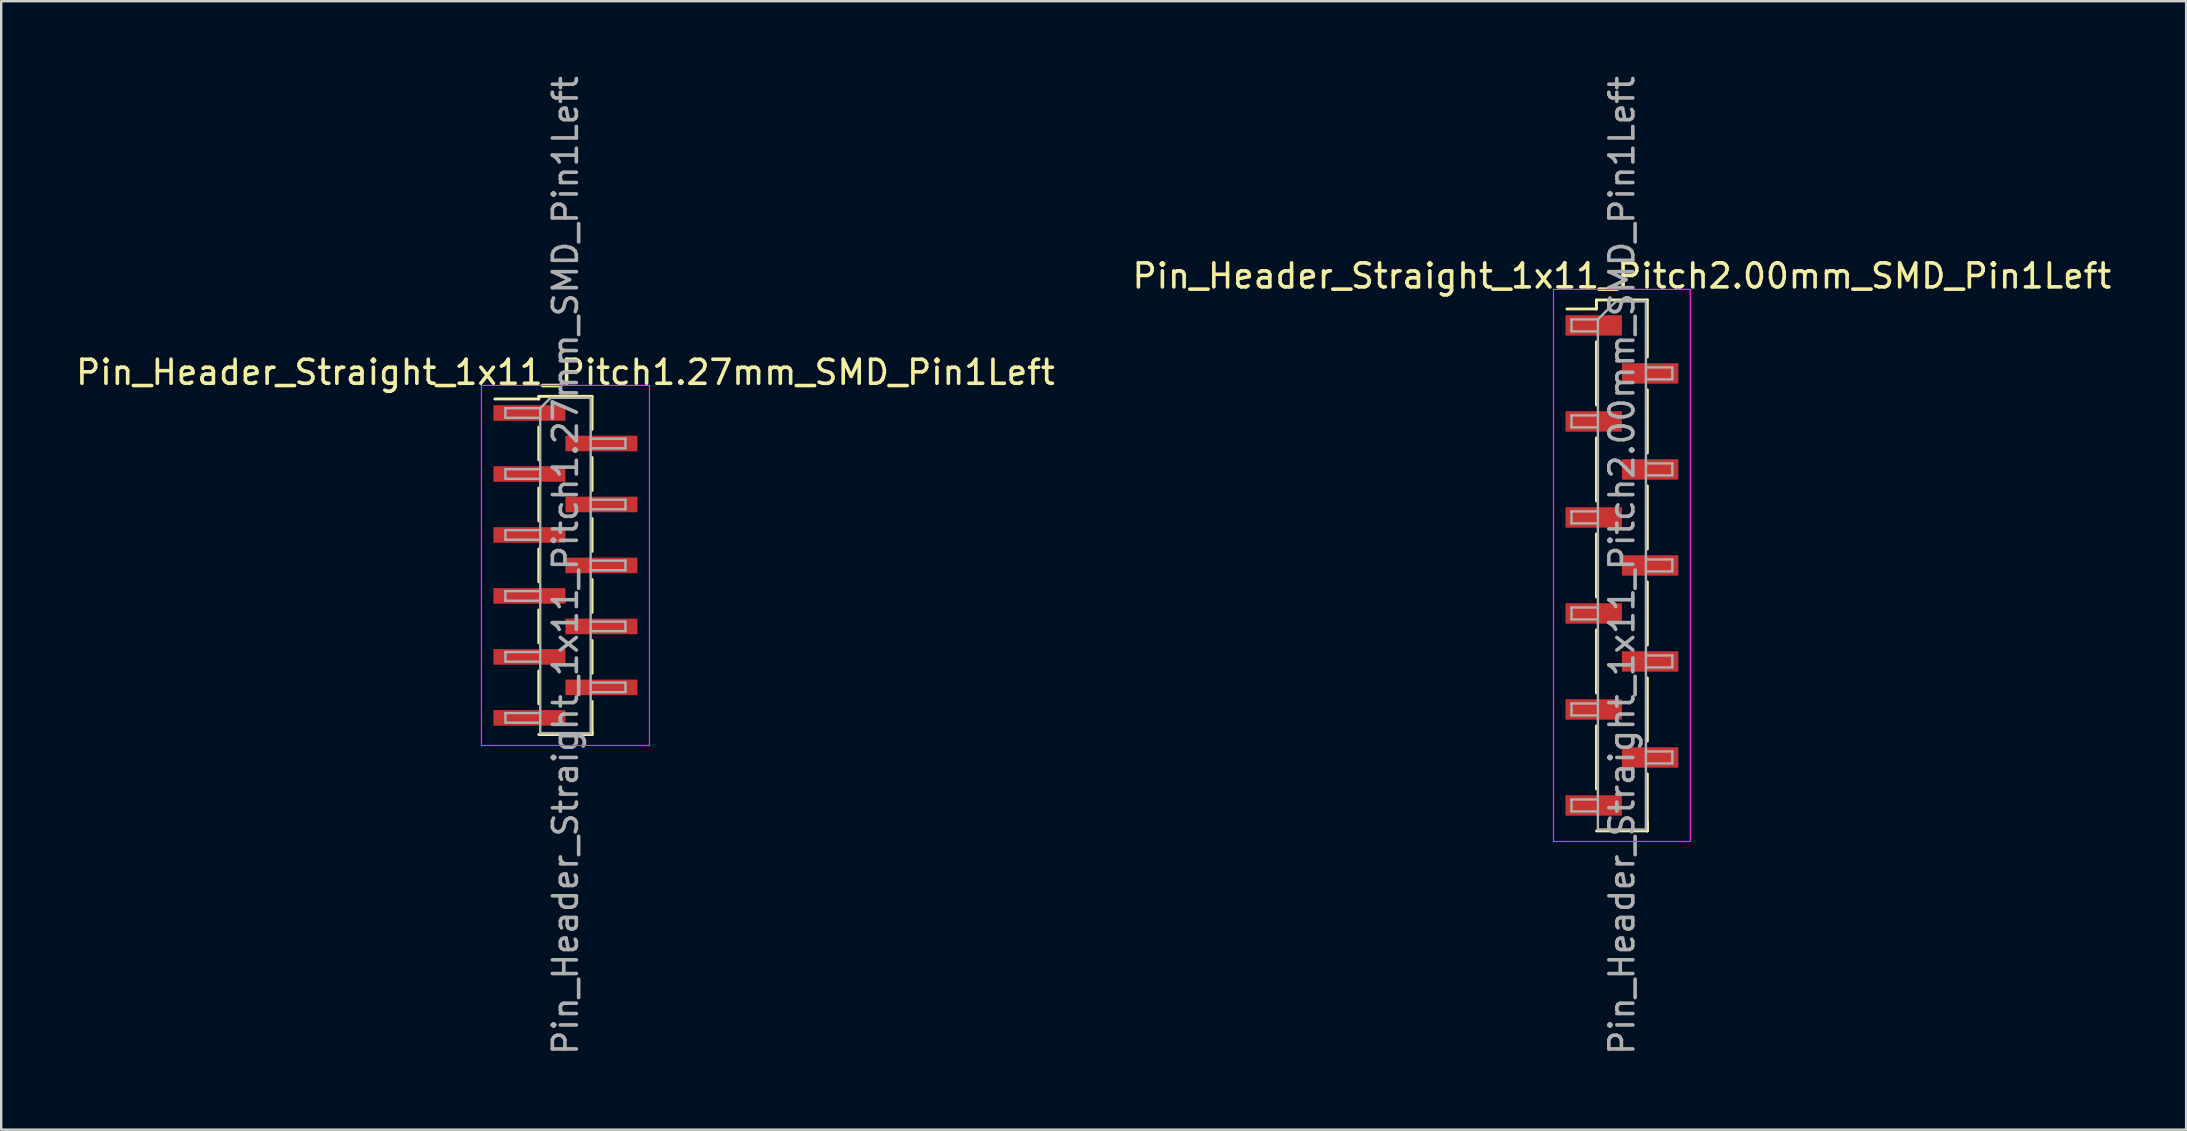
<source format=kicad_pcb>
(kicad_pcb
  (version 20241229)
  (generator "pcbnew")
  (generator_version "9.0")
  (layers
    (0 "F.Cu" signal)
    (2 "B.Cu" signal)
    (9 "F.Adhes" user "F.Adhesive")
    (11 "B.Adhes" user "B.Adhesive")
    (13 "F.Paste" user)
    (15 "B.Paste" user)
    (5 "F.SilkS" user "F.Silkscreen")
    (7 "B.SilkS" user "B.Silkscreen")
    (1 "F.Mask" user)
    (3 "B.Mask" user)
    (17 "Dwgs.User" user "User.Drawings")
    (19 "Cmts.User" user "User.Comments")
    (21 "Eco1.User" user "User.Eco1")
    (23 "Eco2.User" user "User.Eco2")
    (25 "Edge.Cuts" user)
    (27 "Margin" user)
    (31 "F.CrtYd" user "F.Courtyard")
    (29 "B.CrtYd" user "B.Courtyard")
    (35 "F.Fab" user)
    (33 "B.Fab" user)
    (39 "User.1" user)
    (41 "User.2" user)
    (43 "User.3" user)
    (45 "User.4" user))
  (footprint "Pin_Header_Straight_1x11_Pitch2.00mm_SMD_Pin1Left"
    (layer "F.Cu")
    (at 64.518 20.506)
    (property "Reference" "Pin_Header_Straight_1x11_Pitch2.00mm_SMD_Pin1Left" (at 0 -12.06 0) (layer "F.SilkS") (effects (font (size 1 1) (thickness 0.15))))
    (attr smd)
    (fp_line (start -1.06 -11.06) (end -1.06 -10.685) (stroke (width 0.12) (type solid)) (layer "F.SilkS"))
    (fp_line (start -1.06 -11.06) (end 1.06 -11.06) (stroke (width 0.12) (type solid)) (layer "F.SilkS"))
    (fp_line (start -1.06 -10.685) (end -2.29 -10.685) (stroke (width 0.12) (type solid)) (layer "F.SilkS"))
    (fp_line (start -1.06 -9.315) (end -1.06 -6.685) (stroke (width 0.12) (type solid)) (layer "F.SilkS"))
    (fp_line (start -1.06 -5.315) (end -1.06 -2.685) (stroke (width 0.12) (type solid)) (layer "F.SilkS"))
    (fp_line (start -1.06 -1.315) (end -1.06 1.315) (stroke (width 0.12) (type solid)) (layer "F.SilkS"))
    (fp_line (start -1.06 2.685) (end -1.06 5.315) (stroke (width 0.12) (type solid)) (layer "F.SilkS"))
    (fp_line (start -1.06 6.685) (end -1.06 9.315) (stroke (width 0.12) (type solid)) (layer "F.SilkS"))
    (fp_line (start -1.06 11.06) (end 1.06 11.06) (stroke (width 0.12) (type solid)) (layer "F.SilkS"))
    (fp_line (start 1.06 -11.06) (end 1.06 -8.685) (stroke (width 0.12) (type solid)) (layer "F.SilkS"))
    (fp_line (start 1.06 -7.315) (end 1.06 -4.685) (stroke (width 0.12) (type solid)) (layer "F.SilkS"))
    (fp_line (start 1.06 -3.315) (end 1.06 -0.685) (stroke (width 0.12) (type solid)) (layer "F.SilkS"))
    (fp_line (start 1.06 0.685) (end 1.06 3.315) (stroke (width 0.12) (type solid)) (layer "F.SilkS"))
    (fp_line (start 1.06 4.685) (end 1.06 7.315) (stroke (width 0.12) (type solid)) (layer "F.SilkS"))
    (fp_line (start 1.06 8.685) (end 1.06 11.06) (stroke (width 0.12) (type solid)) (layer "F.SilkS"))
    (fp_line (start 1.06 10.685) (end 1.06 11.06) (stroke (width 0.12) (type solid)) (layer "F.SilkS"))
    (fp_line (start -2.85 -11.5) (end -2.85 11.5) (stroke (width 0.05) (type solid)) (layer "F.CrtYd"))
    (fp_line (start -2.85 11.5) (end 2.85 11.5) (stroke (width 0.05) (type solid)) (layer "F.CrtYd"))
    (fp_line (start 2.85 -11.5) (end -2.85 -11.5) (stroke (width 0.05) (type solid)) (layer "F.CrtYd"))
    (fp_line (start 2.85 11.5) (end 2.85 -11.5) (stroke (width 0.05) (type solid)) (layer "F.CrtYd"))
    (fp_line (start -2.1 -10.25) (end -2.1 -9.75) (stroke (width 0.1) (type solid)) (layer "F.Fab"))
    (fp_line (start -2.1 -9.75) (end -1 -9.75) (stroke (width 0.1) (type solid)) (layer "F.Fab"))
    (fp_line (start -2.1 -6.25) (end -2.1 -5.75) (stroke (width 0.1) (type solid)) (layer "F.Fab"))
    (fp_line (start -2.1 -5.75) (end -1 -5.75) (stroke (width 0.1) (type solid)) (layer "F.Fab"))
    (fp_line (start -2.1 -2.25) (end -2.1 -1.75) (stroke (width 0.1) (type solid)) (layer "F.Fab"))
    (fp_line (start -2.1 -1.75) (end -1 -1.75) (stroke (width 0.1) (type solid)) (layer "F.Fab"))
    (fp_line (start -2.1 1.75) (end -2.1 2.25) (stroke (width 0.1) (type solid)) (layer "F.Fab"))
    (fp_line (start -2.1 2.25) (end -1 2.25) (stroke (width 0.1) (type solid)) (layer "F.Fab"))
    (fp_line (start -2.1 5.75) (end -2.1 6.25) (stroke (width 0.1) (type solid)) (layer "F.Fab"))
    (fp_line (start -2.1 6.25) (end -1 6.25) (stroke (width 0.1) (type solid)) (layer "F.Fab"))
    (fp_line (start -2.1 9.75) (end -2.1 10.25) (stroke (width 0.1) (type solid)) (layer "F.Fab"))
    (fp_line (start -2.1 10.25) (end -1 10.25) (stroke (width 0.1) (type solid)) (layer "F.Fab"))
    (fp_line (start -1 -10.25) (end -2.1 -10.25) (stroke (width 0.1) (type solid)) (layer "F.Fab"))
    (fp_line (start -1 -10.25) (end -0.25 -11) (stroke (width 0.1) (type solid)) (layer "F.Fab"))
    (fp_line (start -1 -6.25) (end -2.1 -6.25) (stroke (width 0.1) (type solid)) (layer "F.Fab"))
    (fp_line (start -1 -2.25) (end -2.1 -2.25) (stroke (width 0.1) (type solid)) (layer "F.Fab"))
    (fp_line (start -1 1.75) (end -2.1 1.75) (stroke (width 0.1) (type solid)) (layer "F.Fab"))
    (fp_line (start -1 5.75) (end -2.1 5.75) (stroke (width 0.1) (type solid)) (layer "F.Fab"))
    (fp_line (start -1 9.75) (end -2.1 9.75) (stroke (width 0.1) (type solid)) (layer "F.Fab"))
    (fp_line (start -1 11) (end -1 -10.25) (stroke (width 0.1) (type solid)) (layer "F.Fab"))
    (fp_line (start -0.25 -11) (end 1 -11) (stroke (width 0.1) (type solid)) (layer "F.Fab"))
    (fp_line (start 1 -11) (end 1 11) (stroke (width 0.1) (type solid)) (layer "F.Fab"))
    (fp_line (start 1 -8.25) (end 2.1 -8.25) (stroke (width 0.1) (type solid)) (layer "F.Fab"))
    (fp_line (start 1 -4.25) (end 2.1 -4.25) (stroke (width 0.1) (type solid)) (layer "F.Fab"))
    (fp_line (start 1 -0.25) (end 2.1 -0.25) (stroke (width 0.1) (type solid)) (layer "F.Fab"))
    (fp_line (start 1 3.75) (end 2.1 3.75) (stroke (width 0.1) (type solid)) (layer "F.Fab"))
    (fp_line (start 1 7.75) (end 2.1 7.75) (stroke (width 0.1) (type solid)) (layer "F.Fab"))
    (fp_line (start 1 11) (end -1 11) (stroke (width 0.1) (type solid)) (layer "F.Fab"))
    (fp_line (start 2.1 -8.25) (end 2.1 -7.75) (stroke (width 0.1) (type solid)) (layer "F.Fab"))
    (fp_line (start 2.1 -7.75) (end 1 -7.75) (stroke (width 0.1) (type solid)) (layer "F.Fab"))
    (fp_line (start 2.1 -4.25) (end 2.1 -3.75) (stroke (width 0.1) (type solid)) (layer "F.Fab"))
    (fp_line (start 2.1 -3.75) (end 1 -3.75) (stroke (width 0.1) (type solid)) (layer "F.Fab"))
    (fp_line (start 2.1 -0.25) (end 2.1 0.25) (stroke (width 0.1) (type solid)) (layer "F.Fab"))
    (fp_line (start 2.1 0.25) (end 1 0.25) (stroke (width 0.1) (type solid)) (layer "F.Fab"))
    (fp_line (start 2.1 3.75) (end 2.1 4.25) (stroke (width 0.1) (type solid)) (layer "F.Fab"))
    (fp_line (start 2.1 4.25) (end 1 4.25) (stroke (width 0.1) (type solid)) (layer "F.Fab"))
    (fp_line (start 2.1 7.75) (end 2.1 8.25) (stroke (width 0.1) (type solid)) (layer "F.Fab"))
    (fp_line (start 2.1 8.25) (end 1 8.25) (stroke (width 0.1) (type solid)) (layer "F.Fab"))
    (fp_text user "${REFERENCE}" (at 0 0 90) (layer "F.Fab") (effects (font (size 1 1) (thickness 0.15))))
    (pad "1" smd rect (at -1.175 -10) (size 2.35 0.85) (layers "F.Cu" "F.Mask" "F.Paste"))
    (pad "2" smd rect (at 1.175 -8) (size 2.35 0.85) (layers "F.Cu" "F.Mask" "F.Paste"))
    (pad "3" smd rect (at -1.175 -6) (size 2.35 0.85) (layers "F.Cu" "F.Mask" "F.Paste"))
    (pad "4" smd rect (at 1.175 -4) (size 2.35 0.85) (layers "F.Cu" "F.Mask" "F.Paste"))
    (pad "5" smd rect (at -1.175 -2) (size 2.35 0.85) (layers "F.Cu" "F.Mask" "F.Paste"))
    (pad "6" smd rect (at 1.175 0) (size 2.35 0.85) (layers "F.Cu" "F.Mask" "F.Paste"))
    (pad "7" smd rect (at -1.175 2) (size 2.35 0.85) (layers "F.Cu" "F.Mask" "F.Paste"))
    (pad "8" smd rect (at 1.175 4) (size 2.35 0.85) (layers "F.Cu" "F.Mask" "F.Paste"))
    (pad "9" smd rect (at -1.175 6) (size 2.35 0.85) (layers "F.Cu" "F.Mask" "F.Paste"))
    (pad "10" smd rect (at 1.175 8) (size 2.35 0.85) (layers "F.Cu" "F.Mask" "F.Paste"))
    (pad "11" smd rect (at -1.175 10) (size 2.35 0.85) (layers "F.Cu" "F.Mask" "F.Paste")))
  (footprint "Pin_Header_Straight_1x11_Pitch1.27mm_SMD_Pin1Left"
    (layer "F.Cu")
    (at 20.506 20.506)
    (property "Reference" "Pin_Header_Straight_1x11_Pitch1.27mm_SMD_Pin1Left" (at 0 -8.045 0) (layer "F.SilkS") (effects (font (size 1 1) (thickness 0.15))))
    (attr smd)
    (fp_line (start -1.11 -7.045) (end -1.11 -6.935) (stroke (width 0.12) (type solid)) (layer "F.SilkS"))
    (fp_line (start -1.11 -7.045) (end 1.11 -7.045) (stroke (width 0.12) (type solid)) (layer "F.SilkS"))
    (fp_line (start -1.11 -6.935) (end -2.94 -6.935) (stroke (width 0.12) (type solid)) (layer "F.SilkS"))
    (fp_line (start -1.11 -5.765) (end -1.11 -4.395) (stroke (width 0.12) (type solid)) (layer "F.SilkS"))
    (fp_line (start -1.11 -3.225) (end -1.11 -1.855) (stroke (width 0.12) (type solid)) (layer "F.SilkS"))
    (fp_line (start -1.11 -0.685) (end -1.11 0.685) (stroke (width 0.12) (type solid)) (layer "F.SilkS"))
    (fp_line (start -1.11 1.855) (end -1.11 3.225) (stroke (width 0.12) (type solid)) (layer "F.SilkS"))
    (fp_line (start -1.11 4.395) (end -1.11 5.765) (stroke (width 0.12) (type solid)) (layer "F.SilkS"))
    (fp_line (start -1.11 7.045) (end 1.11 7.045) (stroke (width 0.12) (type solid)) (layer "F.SilkS"))
    (fp_line (start 1.11 -7.035) (end 1.11 -5.665) (stroke (width 0.12) (type solid)) (layer "F.SilkS"))
    (fp_line (start 1.11 -4.495) (end 1.11 -3.125) (stroke (width 0.12) (type solid)) (layer "F.SilkS"))
    (fp_line (start 1.11 -1.955) (end 1.11 -0.585) (stroke (width 0.12) (type solid)) (layer "F.SilkS"))
    (fp_line (start 1.11 0.585) (end 1.11 1.955) (stroke (width 0.12) (type solid)) (layer "F.SilkS"))
    (fp_line (start 1.11 3.125) (end 1.11 4.495) (stroke (width 0.12) (type solid)) (layer "F.SilkS"))
    (fp_line (start 1.11 5.665) (end 1.11 7.035) (stroke (width 0.12) (type solid)) (layer "F.SilkS"))
    (fp_line (start 1.11 6.935) (end 1.11 7.045) (stroke (width 0.12) (type solid)) (layer "F.SilkS"))
    (fp_line (start -3.5 -7.5) (end -3.5 7.5) (stroke (width 0.05) (type solid)) (layer "F.CrtYd"))
    (fp_line (start -3.5 7.5) (end 3.5 7.5) (stroke (width 0.05) (type solid)) (layer "F.CrtYd"))
    (fp_line (start 3.5 -7.5) (end -3.5 -7.5) (stroke (width 0.05) (type solid)) (layer "F.CrtYd"))
    (fp_line (start 3.5 7.5) (end 3.5 -7.5) (stroke (width 0.05) (type solid)) (layer "F.CrtYd"))
    (fp_line (start -2.5 -6.55) (end -2.5 -6.15) (stroke (width 0.1) (type solid)) (layer "F.Fab"))
    (fp_line (start -2.5 -6.15) (end -1.05 -6.15) (stroke (width 0.1) (type solid)) (layer "F.Fab"))
    (fp_line (start -2.5 -4.01) (end -2.5 -3.61) (stroke (width 0.1) (type solid)) (layer "F.Fab"))
    (fp_line (start -2.5 -3.61) (end -1.05 -3.61) (stroke (width 0.1) (type solid)) (layer "F.Fab"))
    (fp_line (start -2.5 -1.47) (end -2.5 -1.07) (stroke (width 0.1) (type solid)) (layer "F.Fab"))
    (fp_line (start -2.5 -1.07) (end -1.05 -1.07) (stroke (width 0.1) (type solid)) (layer "F.Fab"))
    (fp_line (start -2.5 1.07) (end -2.5 1.47) (stroke (width 0.1) (type solid)) (layer "F.Fab"))
    (fp_line (start -2.5 1.47) (end -1.05 1.47) (stroke (width 0.1) (type solid)) (layer "F.Fab"))
    (fp_line (start -2.5 3.61) (end -2.5 4.01) (stroke (width 0.1) (type solid)) (layer "F.Fab"))
    (fp_line (start -2.5 4.01) (end -1.05 4.01) (stroke (width 0.1) (type solid)) (layer "F.Fab"))
    (fp_line (start -2.5 6.15) (end -2.5 6.55) (stroke (width 0.1) (type solid)) (layer "F.Fab"))
    (fp_line (start -2.5 6.55) (end -1.05 6.55) (stroke (width 0.1) (type solid)) (layer "F.Fab"))
    (fp_line (start -1.05 -6.55) (end -2.5 -6.55) (stroke (width 0.1) (type solid)) (layer "F.Fab"))
    (fp_line (start -1.05 -6.55) (end -0.615 -6.985) (stroke (width 0.1) (type solid)) (layer "F.Fab"))
    (fp_line (start -1.05 -4.01) (end -2.5 -4.01) (stroke (width 0.1) (type solid)) (layer "F.Fab"))
    (fp_line (start -1.05 -1.47) (end -2.5 -1.47) (stroke (width 0.1) (type solid)) (layer "F.Fab"))
    (fp_line (start -1.05 1.07) (end -2.5 1.07) (stroke (width 0.1) (type solid)) (layer "F.Fab"))
    (fp_line (start -1.05 3.61) (end -2.5 3.61) (stroke (width 0.1) (type solid)) (layer "F.Fab"))
    (fp_line (start -1.05 6.15) (end -2.5 6.15) (stroke (width 0.1) (type solid)) (layer "F.Fab"))
    (fp_line (start -1.05 6.985) (end -1.05 -6.55) (stroke (width 0.1) (type solid)) (layer "F.Fab"))
    (fp_line (start -0.615 -6.985) (end 1.05 -6.985) (stroke (width 0.1) (type solid)) (layer "F.Fab"))
    (fp_line (start 1.05 -6.985) (end 1.05 6.985) (stroke (width 0.1) (type solid)) (layer "F.Fab"))
    (fp_line (start 1.05 -5.28) (end 2.5 -5.28) (stroke (width 0.1) (type solid)) (layer "F.Fab"))
    (fp_line (start 1.05 -2.74) (end 2.5 -2.74) (stroke (width 0.1) (type solid)) (layer "F.Fab"))
    (fp_line (start 1.05 -0.2) (end 2.5 -0.2) (stroke (width 0.1) (type solid)) (layer "F.Fab"))
    (fp_line (start 1.05 2.34) (end 2.5 2.34) (stroke (width 0.1) (type solid)) (layer "F.Fab"))
    (fp_line (start 1.05 4.88) (end 2.5 4.88) (stroke (width 0.1) (type solid)) (layer "F.Fab"))
    (fp_line (start 1.05 6.985) (end -1.05 6.985) (stroke (width 0.1) (type solid)) (layer "F.Fab"))
    (fp_line (start 2.5 -5.28) (end 2.5 -4.88) (stroke (width 0.1) (type solid)) (layer "F.Fab"))
    (fp_line (start 2.5 -4.88) (end 1.05 -4.88) (stroke (width 0.1) (type solid)) (layer "F.Fab"))
    (fp_line (start 2.5 -2.74) (end 2.5 -2.34) (stroke (width 0.1) (type solid)) (layer "F.Fab"))
    (fp_line (start 2.5 -2.34) (end 1.05 -2.34) (stroke (width 0.1) (type solid)) (layer "F.Fab"))
    (fp_line (start 2.5 -0.2) (end 2.5 0.2) (stroke (width 0.1) (type solid)) (layer "F.Fab"))
    (fp_line (start 2.5 0.2) (end 1.05 0.2) (stroke (width 0.1) (type solid)) (layer "F.Fab"))
    (fp_line (start 2.5 2.34) (end 2.5 2.74) (stroke (width 0.1) (type solid)) (layer "F.Fab"))
    (fp_line (start 2.5 2.74) (end 1.05 2.74) (stroke (width 0.1) (type solid)) (layer "F.Fab"))
    (fp_line (start 2.5 4.88) (end 2.5 5.28) (stroke (width 0.1) (type solid)) (layer "F.Fab"))
    (fp_line (start 2.5 5.28) (end 1.05 5.28) (stroke (width 0.1) (type solid)) (layer "F.Fab"))
    (fp_text user "${REFERENCE}" (at 0 0 90) (layer "F.Fab") (effects (font (size 1 1) (thickness 0.15))))
    (pad "1" smd rect (at -1.5 -6.35) (size 3 0.65) (layers "F.Cu" "F.Mask" "F.Paste"))
    (pad "2" smd rect (at 1.5 -5.08) (size 3 0.65) (layers "F.Cu" "F.Mask" "F.Paste"))
    (pad "3" smd rect (at -1.5 -3.81) (size 3 0.65) (layers "F.Cu" "F.Mask" "F.Paste"))
    (pad "4" smd rect (at 1.5 -2.54) (size 3 0.65) (layers "F.Cu" "F.Mask" "F.Paste"))
    (pad "5" smd rect (at -1.5 -1.27) (size 3 0.65) (layers "F.Cu" "F.Mask" "F.Paste"))
    (pad "6" smd rect (at 1.5 0) (size 3 0.65) (layers "F.Cu" "F.Mask" "F.Paste"))
    (pad "7" smd rect (at -1.5 1.27) (size 3 0.65) (layers "F.Cu" "F.Mask" "F.Paste"))
    (pad "8" smd rect (at 1.5 2.54) (size 3 0.65) (layers "F.Cu" "F.Mask" "F.Paste"))
    (pad "9" smd rect (at -1.5 3.81) (size 3 0.65) (layers "F.Cu" "F.Mask" "F.Paste"))
    (pad "10" smd rect (at 1.5 5.08) (size 3 0.65) (layers "F.Cu" "F.Mask" "F.Paste"))
    (pad "11" smd rect (at -1.5 6.35) (size 3 0.65) (layers "F.Cu" "F.Mask" "F.Paste")))
  (gr_rect
    (start -3 -3)
    (end 88.024 44.012)
    (stroke (width 0.1) (type default))
    (fill no)
    (layer "Edge.Cuts")))
</source>
